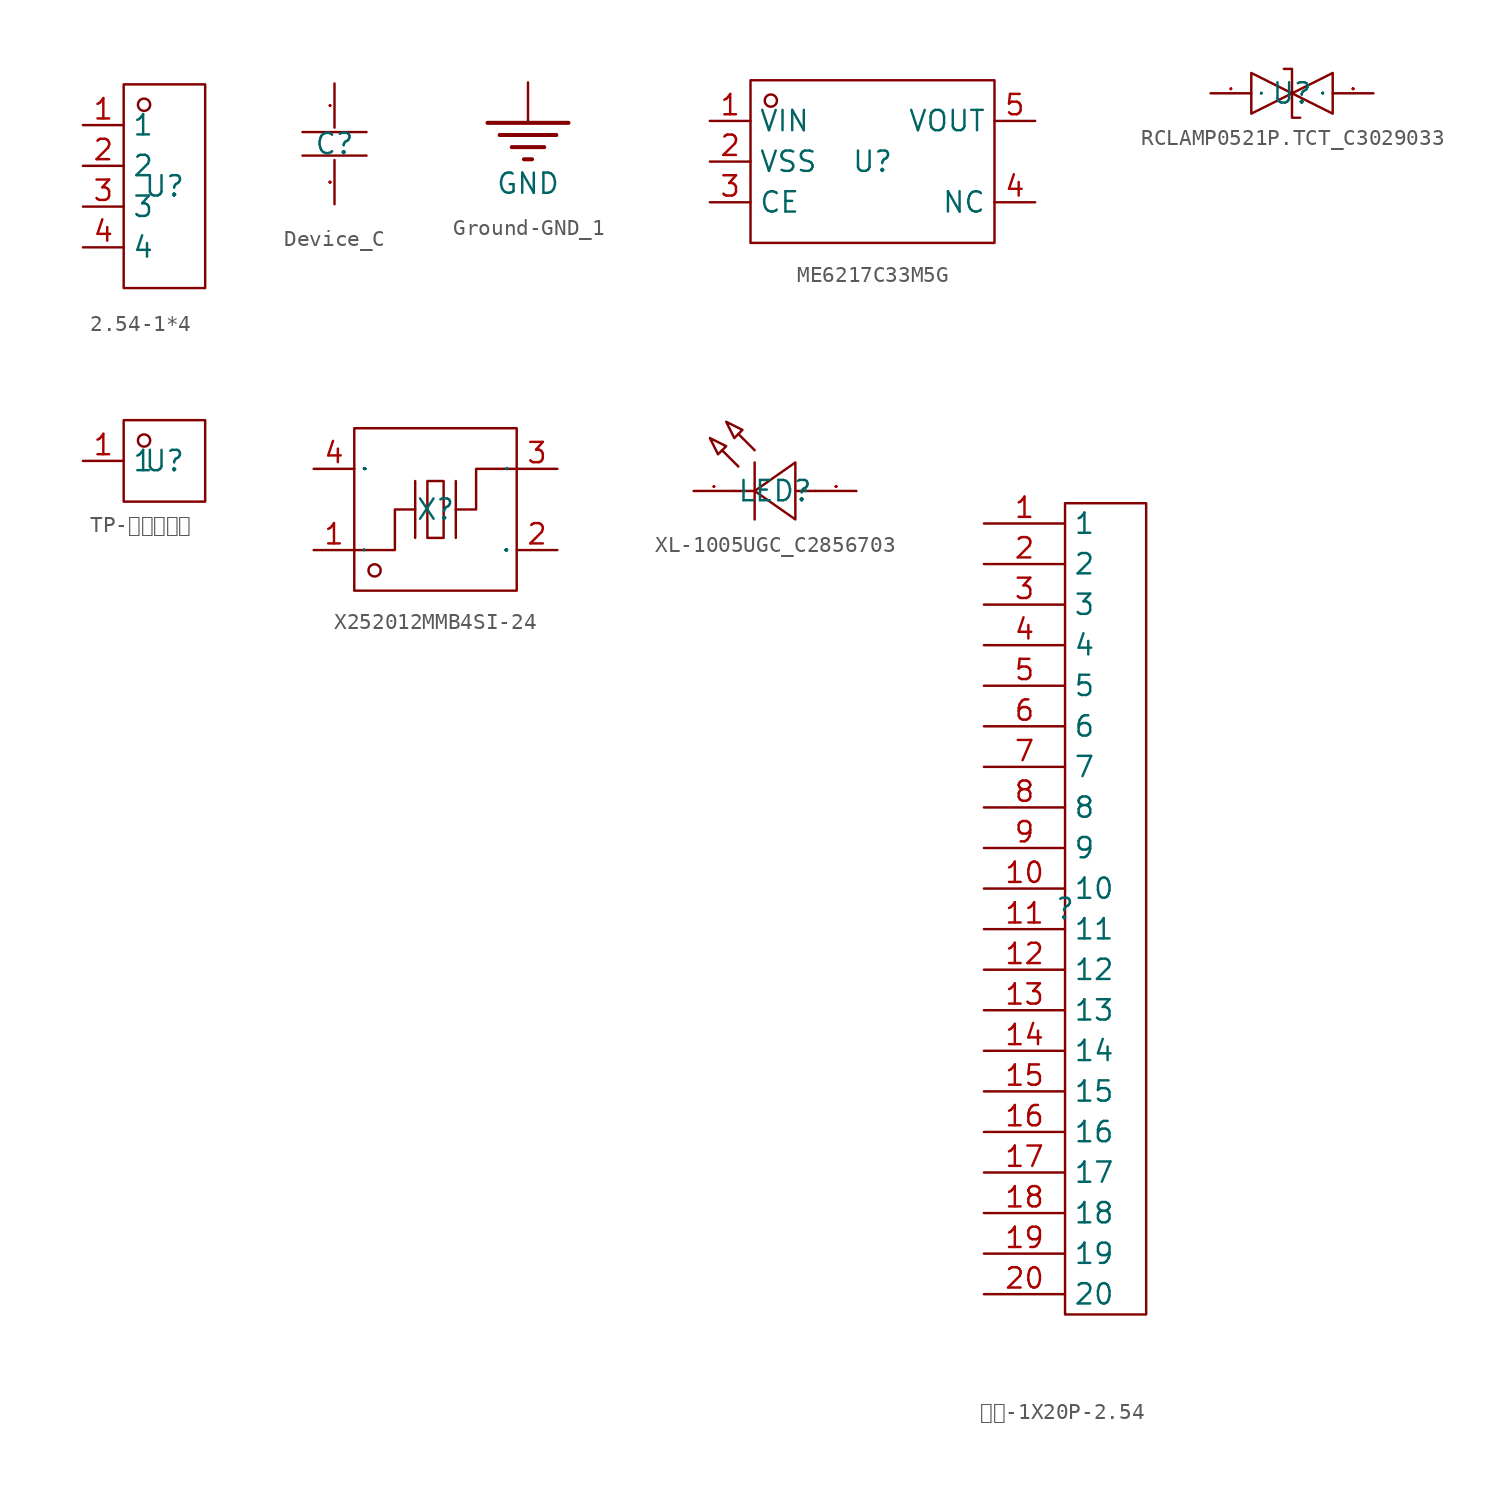
<source format=kicad_sym>
(kicad_symbol_lib
  (version 20241209)
  (generator "kicad_symbol_editor")
  (generator_version "9.0")
  (symbol "2.54-1*4"
    (property "Reference" "U"
      (at 0 0 0)
      (effects (font (size 1.27 1.27))))
    (property "Value" ""
      (at 0 0 0)
      (effects (font (size 1.27 1.27))))
    (symbol "2.54-1*4_1_0"
      (rectangle (start -2.54 -6.35) (end 2.54 6.35) (stroke (width 0) (type default)) (fill (type none)))
      (circle (center -1.27 5.08) (radius 0.381) (stroke (width 0) (type default)) (fill (type none)))
      (pin unspecified line (at -5.08 3.81 0) (length 2.54) (name "1" (effects (font (size 1.27 1.27)))) (number "1" (effects (font (size 1.27 1.27)))))
      (pin unspecified line (at -5.08 1.27 0) (length 2.54) (name "2" (effects (font (size 1.27 1.27)))) (number "2" (effects (font (size 1.27 1.27)))))
      (pin unspecified line (at -5.08 -1.27 0) (length 2.54) (name "3" (effects (font (size 1.27 1.27)))) (number "3" (effects (font (size 1.27 1.27)))))
      (pin unspecified line (at -5.08 -3.81 0) (length 2.54) (name "4" (effects (font (size 1.27 1.27)))) (number "4" (effects (font (size 1.27 1.27)))))))
  (symbol "Device_C"
    (property "Reference" "C"
      (at 0 0 0)
      (effects (font (size 1.27 1.27))))
    (property "Value" ""
      (at 0 0 0)
      (effects (font (size 1.27 1.27))))
    (symbol "Device_C_1_0"
      (polyline (pts (xy -2.007 0.737) (xy 2.007 0.737)) (stroke (width 0) (type default)) (fill (type none)))
      (polyline (pts (xy -2.007 -0.737) (xy 2.007 -0.737)) (stroke (width 0) (type default)) (fill (type none)))
      (pin unspecified line (at 0 3.785 270) (length 2.769) (name "~" (effects (font (size 1.27 1.27)))) (number "1" (effects (font (size 0.025 0.025)))))
      (pin unspecified line (at 0 -3.785 90) (length 2.769) (name "~" (effects (font (size 1.27 1.27)))) (number "2" (effects (font (size 0.025 0.025)))))))
  (symbol "Ground-GND_1"
    (power)
    (pin_numbers
      (hide yes))
    (pin_names
      (hide yes))
    (property "Reference" "#PWR"
      (at 0 0 0)
      (effects (font (size 1.27 1.27)) (hide yes)))
    (property "Value" "GND"
      (at 0 -6.35 0)
      (effects (font (size 1.27 1.27))))
    (symbol "Ground-GND_1_1_0"
      (polyline (pts (xy -2.54 -2.54) (xy 2.54 -2.54)) (stroke (width 0.254) (type default)) (fill (type none)))
      (polyline (pts (xy -1.778 -3.302) (xy 1.778 -3.302)) (stroke (width 0.254) (type default)) (fill (type none)))
      (polyline (pts (xy -1.016 -4.064) (xy 1.016 -4.064)) (stroke (width 0.254) (type default)) (fill (type none)))
      (polyline (pts (xy -0.254 -4.826) (xy 0.254 -4.826)) (stroke (width 0.254) (type default)) (fill (type none)))
      (pin power_in line (at 0 0 270) (length 2.54) (name "" (effects (font (size 1.27 1.27)))) (number "1" (effects (font (size 0.025 0.025)))))))
  (symbol "ME6217C33M5G"
    (property "Reference" "U"
      (at 0 0 0)
      (effects (font (size 1.27 1.27))))
    (property "Value" ""
      (at 0 0 0)
      (effects (font (size 1.27 1.27))))
    (symbol "ME6217C33M5G_1_0"
      (rectangle (start -7.62 -5.08) (end 7.62 5.08) (stroke (width 0) (type default)) (fill (type none)))
      (circle (center -6.35 3.81) (radius 0.381) (stroke (width 0) (type default)) (fill (type none)))
      (pin input line (at -10.16 2.54 0) (length 2.54) (name "VIN" (effects (font (size 1.27 1.27)))) (number "1" (effects (font (size 1.27 1.27)))))
      (pin input line (at -10.16 0 0) (length 2.54) (name "VSS" (effects (font (size 1.27 1.27)))) (number "2" (effects (font (size 1.27 1.27)))))
      (pin input line (at -10.16 -2.54 0) (length 2.54) (name "CE" (effects (font (size 1.27 1.27)))) (number "3" (effects (font (size 1.27 1.27)))))
      (pin input line (at 10.16 2.54 180) (length 2.54) (name "VOUT" (effects (font (size 1.27 1.27)))) (number "5" (effects (font (size 1.27 1.27)))))
      (pin input line (at 10.16 -2.54 180) (length 2.54) (name "NC" (effects (font (size 1.27 1.27)))) (number "4" (effects (font (size 1.27 1.27)))))))
  (symbol "RCLAMP0521P.TCT_C3029033"
    (property "Reference" "U"
      (at 0 0 0)
      (effects (font (size 1.27 1.27))))
    (property "Value" ""
      (at 0 0 0)
      (effects (font (size 1.27 1.27))))
    (symbol "RCLAMP0521P.TCT_C3029033_1_0"
      (polyline (pts (xy -2.54 1.27) (xy 0 0) (xy 0 0) (xy -2.54 -1.27) (xy -2.54 -1.27) (xy -2.54 1.27)) (stroke (width 0) (type default)) (fill (type none)))
      (polyline (pts (xy -0.508 1.524) (xy -0.508 1.524) (xy -0.508 1.524) (xy 0 1.524) (xy 0 1.524) (xy 0 -1.524) (xy 0 -1.524) (xy 0.508 -1.524) (xy 0.508 -1.524) (xy 0.508 -1.524)) (stroke (width 0) (type default)) (fill (type none)))
      (polyline (pts (xy 2.54 1.27) (xy 0 0) (xy 0 0) (xy 2.54 -1.27) (xy 2.54 -1.27) (xy 2.54 1.27)) (stroke (width 0) (type default)) (fill (type none)))
      (pin unspecified line (at -5.08 0 0) (length 2.54) (name "1" (effects (font (size 0.025 0.025)))) (number "1" (effects (font (size 0.025 0.025)))))
      (pin unspecified line (at 5.08 0 180) (length 2.54) (name "2" (effects (font (size 0.025 0.025)))) (number "2" (effects (font (size 0.025 0.025)))))))
  (symbol "TP-红色测试点"
    (property "Reference" "U"
      (at 0 0 0)
      (effects (font (size 1.27 1.27))))
    (property "Value" ""
      (at 0 0 0)
      (effects (font (size 1.27 1.27))))
    (symbol "TP-红色测试点_1_0"
      (rectangle (start -2.54 -2.54) (end 2.54 2.54) (stroke (width 0) (type default)) (fill (type none)))
      (circle (center -1.27 1.27) (radius 0.381) (stroke (width 0) (type default)) (fill (type none)))
      (pin input line (at -5.08 0 0) (length 2.54) (name "1" (effects (font (size 1.27 1.27)))) (number "1" (effects (font (size 1.27 1.27)))))))
  (symbol "X252012MMB4SI-24"
    (property "Reference" "X"
      (at 0 0 0)
      (effects (font (size 1.27 1.27))))
    (property "Value" ""
      (at 0 0 0)
      (effects (font (size 1.27 1.27))))
    (symbol "X252012MMB4SI-24_1_0"
      (polyline (pts (xy -5.08 -2.54) (xy -2.54 -2.54) (xy -2.54 -2.54) (xy -2.54 0) (xy -2.54 0) (xy -1.27 0)) (stroke (width 0) (type default)) (fill (type none)))
      (rectangle (start -5.08 -5.08) (end 5.08 5.08) (stroke (width 0) (type default)) (fill (type none)))
      (circle (center -3.81 -3.81) (radius 0.381) (stroke (width 0) (type default)) (fill (type none)))
      (polyline (pts (xy -1.27 -1.778) (xy -1.27 1.778)) (stroke (width 0) (type default)) (fill (type none)))
      (rectangle (start -0.508 -1.778) (end 0.508 1.778) (stroke (width 0) (type default)) (fill (type none)))
      (polyline (pts (xy 1.27 -1.778) (xy 1.27 1.778)) (stroke (width 0) (type default)) (fill (type none)))
      (polyline (pts (xy 5.08 2.54) (xy 2.54 2.54) (xy 2.54 2.54) (xy 2.54 0) (xy 2.54 0) (xy 1.27 0)) (stroke (width 0) (type default)) (fill (type none)))
      (pin input line (at -7.62 2.54 0) (length 2.54) (name "GND" (effects (font (size 0.025 0.025)))) (number "4" (effects (font (size 1.27 1.27)))))
      (pin input line (at -7.62 -2.54 0) (length 2.54) (name "1" (effects (font (size 0.025 0.025)))) (number "1" (effects (font (size 1.27 1.27)))))
      (pin input line (at 7.62 2.54 180) (length 2.54) (name "3" (effects (font (size 0.025 0.025)))) (number "3" (effects (font (size 1.27 1.27)))))
      (pin input line (at 7.62 -2.54 180) (length 2.54) (name "GND" (effects (font (size 0.025 0.025)))) (number "2" (effects (font (size 1.27 1.27)))))))
  (symbol "XL-1005UGC_C2856703"
    (property "Reference" "LED"
      (at 0 0 0)
      (effects (font (size 1.27 1.27))))
    (property "Value" ""
      (at 0 0 0)
      (effects (font (size 1.27 1.27))))
    (symbol "XL-1005UGC_C2856703_1_0"
      (polyline (pts (xy -4.064 3.302) (xy -3.048 2.794) (xy -3.048 2.794) (xy -3.556 2.286) (xy -3.556 2.286) (xy -4.064 3.302)) (stroke (width 0) (type default)) (fill (type none)))
      (polyline (pts (xy -3.048 4.318) (xy -2.032 3.81) (xy -2.032 3.81) (xy -2.54 3.302) (xy -2.54 3.302) (xy -3.048 4.318)) (stroke (width 0) (type default)) (fill (type none)))
      (polyline (pts (xy -2.286 1.524) (xy -3.302 2.54)) (stroke (width 0) (type default)) (fill (type none)))
      (polyline (pts (xy -1.27 2.54) (xy -2.286 3.556)) (stroke (width 0) (type default)) (fill (type none)))
      (polyline (pts (xy -1.27 1.778) (xy -1.27 -1.778)) (stroke (width 0) (type default)) (fill (type none)))
      (polyline (pts (xy -1.27 0) (xy -2.54 0)) (stroke (width 0) (type default)) (fill (type none)))
      (polyline (pts (xy 1.27 1.778) (xy -1.27 0) (xy -1.27 0) (xy 1.27 -1.778) (xy 1.27 -1.778) (xy 1.27 1.778)) (stroke (width 0) (type default)) (fill (type none)))
      (polyline (pts (xy 2.54 0) (xy 1.27 0)) (stroke (width 0) (type default)) (fill (type none)))
      (pin input line (at -5.08 0 0) (length 2.54) (name "K" (effects (font (size 0.025 0.025)))) (number "1" (effects (font (size 0.025 0.025)))))
      (pin input line (at 5.08 0 180) (length 2.54) (name "A" (effects (font (size 0.025 0.025)))) (number "2" (effects (font (size 0.025 0.025)))))))
  (symbol "排针-1X20P-2.54"
    (property "Reference" ""
      (at 0 0 0)
      (effects (font (size 1.27 1.27))))
    (property "Value" ""
      (at 0 0 0)
      (effects (font (size 1.27 1.27))))
    (symbol "排针-1X20P-2.54_1_0"
      (rectangle (start 0 25.4) (end 5.08 -25.4) (stroke (width 0) (type default)) (fill (type none)))
      (pin input line (at -5.08 24.13 0) (length 5.08) (name "1" (effects (font (size 1.27 1.27)))) (number "1" (effects (font (size 1.27 1.27)))))
      (pin input line (at -5.08 21.59 0) (length 5.08) (name "2" (effects (font (size 1.27 1.27)))) (number "2" (effects (font (size 1.27 1.27)))))
      (pin input line (at -5.08 19.05 0) (length 5.08) (name "3" (effects (font (size 1.27 1.27)))) (number "3" (effects (font (size 1.27 1.27)))))
      (pin input line (at -5.08 16.51 0) (length 5.08) (name "4" (effects (font (size 1.27 1.27)))) (number "4" (effects (font (size 1.27 1.27)))))
      (pin input line (at -5.08 13.97 0) (length 5.08) (name "5" (effects (font (size 1.27 1.27)))) (number "5" (effects (font (size 1.27 1.27)))))
      (pin input line (at -5.08 11.43 0) (length 5.08) (name "6" (effects (font (size 1.27 1.27)))) (number "6" (effects (font (size 1.27 1.27)))))
      (pin input line (at -5.08 8.89 0) (length 5.08) (name "7" (effects (font (size 1.27 1.27)))) (number "7" (effects (font (size 1.27 1.27)))))
      (pin input line (at -5.08 6.35 0) (length 5.08) (name "8" (effects (font (size 1.27 1.27)))) (number "8" (effects (font (size 1.27 1.27)))))
      (pin input line (at -5.08 3.81 0) (length 5.08) (name "9" (effects (font (size 1.27 1.27)))) (number "9" (effects (font (size 1.27 1.27)))))
      (pin input line (at -5.08 1.27 0) (length 5.08) (name "10" (effects (font (size 1.27 1.27)))) (number "10" (effects (font (size 1.27 1.27)))))
      (pin input line (at -5.08 -1.27 0) (length 5.08) (name "11" (effects (font (size 1.27 1.27)))) (number "11" (effects (font (size 1.27 1.27)))))
      (pin input line (at -5.08 -3.81 0) (length 5.08) (name "12" (effects (font (size 1.27 1.27)))) (number "12" (effects (font (size 1.27 1.27)))))
      (pin input line (at -5.08 -6.35 0) (length 5.08) (name "13" (effects (font (size 1.27 1.27)))) (number "13" (effects (font (size 1.27 1.27)))))
      (pin input line (at -5.08 -8.89 0) (length 5.08) (name "14" (effects (font (size 1.27 1.27)))) (number "14" (effects (font (size 1.27 1.27)))))
      (pin input line (at -5.08 -11.43 0) (length 5.08) (name "15" (effects (font (size 1.27 1.27)))) (number "15" (effects (font (size 1.27 1.27)))))
      (pin input line (at -5.08 -13.97 0) (length 5.08) (name "16" (effects (font (size 1.27 1.27)))) (number "16" (effects (font (size 1.27 1.27)))))
      (pin input line (at -5.08 -16.51 0) (length 5.08) (name "17" (effects (font (size 1.27 1.27)))) (number "17" (effects (font (size 1.27 1.27)))))
      (pin input line (at -5.08 -19.05 0) (length 5.08) (name "18" (effects (font (size 1.27 1.27)))) (number "18" (effects (font (size 1.27 1.27)))))
      (pin input line (at -5.08 -21.59 0) (length 5.08) (name "19" (effects (font (size 1.27 1.27)))) (number "19" (effects (font (size 1.27 1.27)))))
      (pin input line (at -5.08 -24.13 0) (length 5.08) (name "20" (effects (font (size 1.27 1.27)))) (number "20" (effects (font (size 1.27 1.27))))))))
</source>
